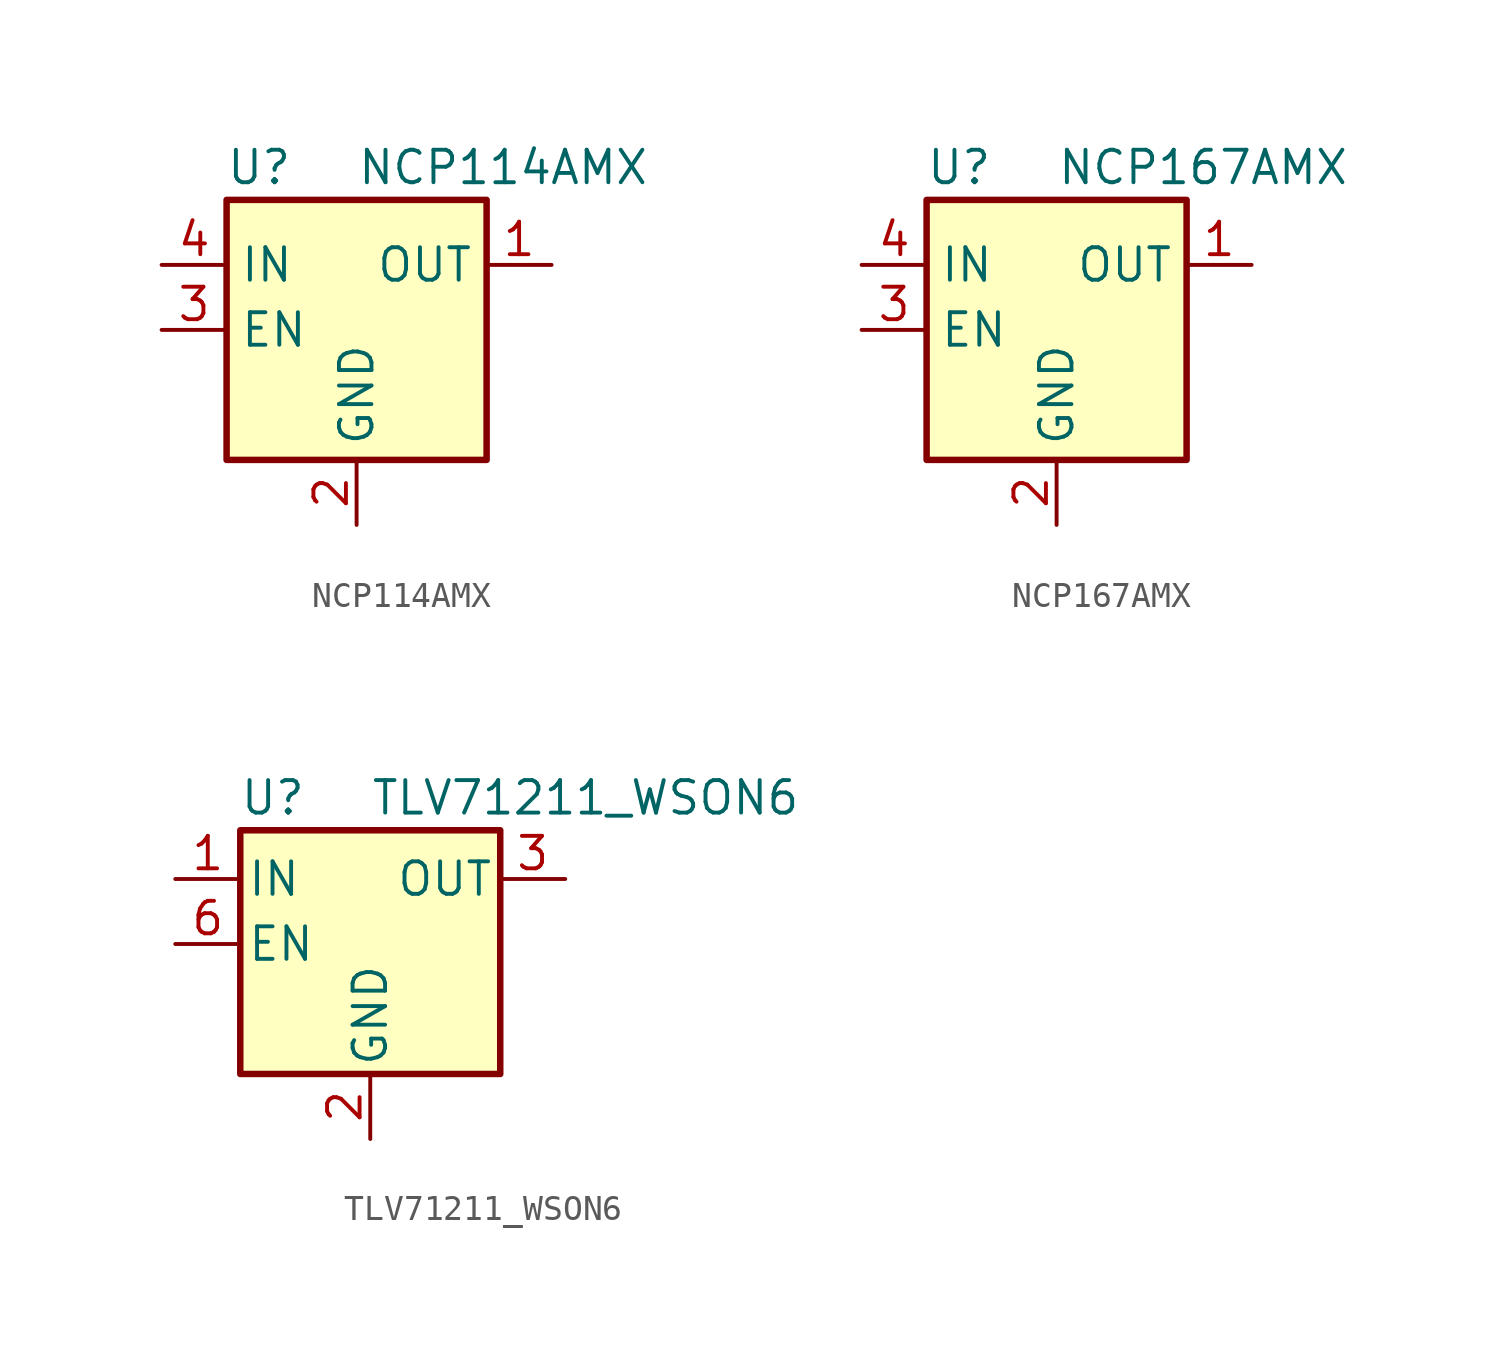
<source format=kicad_sym>
(kicad_symbol_lib
  (version 20201005)
  (generator kicad_symbol_editor)
  (symbol "NCP114AMX"
    (property "Reference" "U"
      (at -3.81 6.35 0)
      (effects (font (size 1.27 1.27))))
    (property "Value" "NCP114AMX"
      (at 0 6.35 0)
      (effects (font (size 1.27 1.27)) (justify left)))
    (symbol "NCP114AMX_0_1"
      (rectangle (start 5.08 -5.08) (end -5.08 5.08) (stroke (width 0.254)) (fill (type background))))
    (symbol "NCP114AMX_1_1"
      (pin power_out line (at 7.62 2.54 180) (length 2.54) (name "OUT" (effects (font (size 1.27 1.27)))) (number "1" (effects (font (size 1.27 1.27)))))
      (pin power_in line (at 0 -7.62 90) (length 2.54) (name "GND" (effects (font (size 1.27 1.27)))) (number "2" (effects (font (size 1.27 1.27)))))
      (pin input line (at -7.62 0 0) (length 2.54) (name "EN" (effects (font (size 1.27 1.27)))) (number "3" (effects (font (size 1.27 1.27)))))
      (pin power_in line (at -7.62 2.54 0) (length 2.54) (name "IN" (effects (font (size 1.27 1.27)))) (number "4" (effects (font (size 1.27 1.27)))))
      (pin passive line (at 0 -7.62 90) (length 2.54) hide (name "EPAD" (effects (font (size 1.27 1.27)))) (number "5" (effects (font (size 1.27 1.27)))))))
  (symbol "NCP167AMX"
    (property "Reference" "U"
      (at -3.81 6.35 0)
      (effects (font (size 1.27 1.27))))
    (property "Value" "NCP167AMX"
      (at 0 6.35 0)
      (effects (font (size 1.27 1.27)) (justify left)))
    (symbol "NCP167AMX_0_1"
      (rectangle (start 5.08 -5.08) (end -5.08 5.08) (stroke (width 0.254)) (fill (type background))))
    (symbol "NCP167AMX_1_1"
      (pin power_out line (at 7.62 2.54 180) (length 2.54) (name "OUT" (effects (font (size 1.27 1.27)))) (number "1" (effects (font (size 1.27 1.27)))))
      (pin power_in line (at 0 -7.62 90) (length 2.54) (name "GND" (effects (font (size 1.27 1.27)))) (number "2" (effects (font (size 1.27 1.27)))))
      (pin input line (at -7.62 0 0) (length 2.54) (name "EN" (effects (font (size 1.27 1.27)))) (number "3" (effects (font (size 1.27 1.27)))))
      (pin power_in line (at -7.62 2.54 0) (length 2.54) (name "IN" (effects (font (size 1.27 1.27)))) (number "4" (effects (font (size 1.27 1.27)))))
      (pin passive line (at 0 -7.62 90) (length 2.54) hide (name "EPAD" (effects (font (size 1.27 1.27)))) (number "5" (effects (font (size 1.27 1.27)))))))
  (symbol "TLV71211_WSON6"
    (pin_names
      (offset 0.254))
    (property "Reference" "U"
      (at -3.81 5.715 0)
      (effects (font (size 1.27 1.27))))
    (property "Value" "TLV71211_WSON6"
      (at 0 5.715 0)
      (effects (font (size 1.27 1.27)) (justify left)))
    (symbol "TLV71211_WSON6_0_0"
      (pin no_connect line (at 7.62 -2.54 180) (length 2.54) hide (name "NC" (effects (font (size 1.27 1.27)))) (number "5" (effects (font (size 1.27 1.27))))))
    (symbol "TLV71211_WSON6_0_1"
      (rectangle (start -5.08 4.445) (end 5.08 -5.08) (stroke (width 0.254)) (fill (type background))))
    (symbol "TLV71211_WSON6_1_1"
      (pin power_in line (at -7.62 2.54 0) (length 2.54) (name "IN" (effects (font (size 1.27 1.27)))) (number "1" (effects (font (size 1.27 1.27)))))
      (pin power_in line (at 0 -7.62 90) (length 2.54) (name "GND" (effects (font (size 1.27 1.27)))) (number "2" (effects (font (size 1.27 1.27)))))
      (pin power_out line (at 7.62 2.54 180) (length 2.54) (name "OUT" (effects (font (size 1.27 1.27)))) (number "3" (effects (font (size 1.27 1.27)))))
      (pin no_connect line (at 7.62 0 180) (length 2.54) hide (name "NC" (effects (font (size 1.27 1.27)))) (number "4" (effects (font (size 1.27 1.27)))))
      (pin input line (at -7.62 0 0) (length 2.54) (name "EN" (effects (font (size 1.27 1.27)))) (number "6" (effects (font (size 1.27 1.27))))))))
</source>
